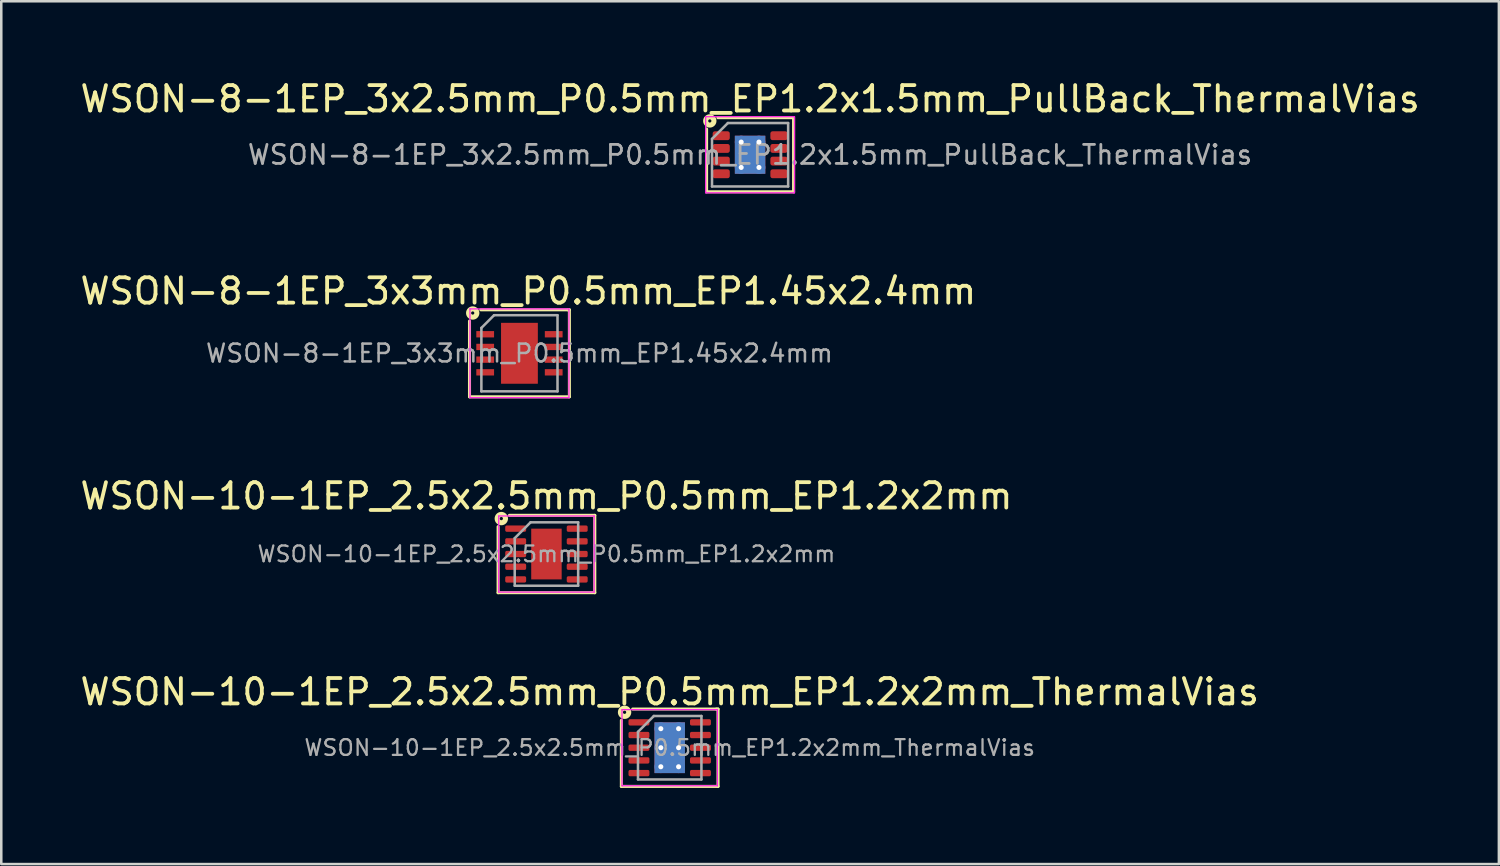
<source format=kicad_pcb>
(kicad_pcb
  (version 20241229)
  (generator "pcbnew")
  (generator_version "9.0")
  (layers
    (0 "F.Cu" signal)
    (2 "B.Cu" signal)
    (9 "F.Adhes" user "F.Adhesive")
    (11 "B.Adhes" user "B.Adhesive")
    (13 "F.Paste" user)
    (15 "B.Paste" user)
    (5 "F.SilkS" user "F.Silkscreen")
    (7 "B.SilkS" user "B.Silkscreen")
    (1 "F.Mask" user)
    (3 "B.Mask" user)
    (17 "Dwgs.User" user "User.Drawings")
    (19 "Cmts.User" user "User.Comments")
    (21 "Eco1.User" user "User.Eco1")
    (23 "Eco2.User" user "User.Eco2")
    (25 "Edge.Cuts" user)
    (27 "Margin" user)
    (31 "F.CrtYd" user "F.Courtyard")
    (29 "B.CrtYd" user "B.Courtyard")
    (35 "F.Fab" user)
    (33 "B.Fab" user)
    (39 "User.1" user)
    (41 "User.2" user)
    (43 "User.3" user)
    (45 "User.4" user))
  (footprint "WSON-10-1EP_2.5x2.5mm_P0.5mm_EP1.2x2mm_ThermalVias"
    (layer "F.Cu")
    (at 23.339 26.413)
    (property "Reference" "WSON-10-1EP_2.5x2.5mm_P0.5mm_EP1.2x2mm_ThermalVias" (at 0 -2.2 0) (layer "F.SilkS") (effects (font (size 1 1) (thickness 0.15))))
    (attr smd)
    (fp_line (start -1.905 1.524) (end -1.905 -1.079) (stroke (width 0.12) (type solid)) (layer "F.SilkS"))
    (fp_line (start -1.46 -1.524) (end 1.841 -1.524) (stroke (width 0.12) (type solid)) (layer "F.SilkS"))
    (fp_line (start 1.841 -1.524) (end 1.905 -1.524) (stroke (width 0.12) (type solid)) (layer "F.SilkS"))
    (fp_line (start 1.905 -1.524) (end 1.905 1.524) (stroke (width 0.12) (type solid)) (layer "F.SilkS"))
    (fp_line (start 1.905 1.524) (end -1.905 1.524) (stroke (width 0.12) (type solid)) (layer "F.SilkS"))
    (fp_circle (center -1.778 -1.397) (end -1.714 -1.397) (stroke (width 0.2) (type solid)) (fill no) (layer "F.SilkS"))
    (fp_line (start -1.88 -1.5) (end -1.88 1.5) (stroke (width 0.05) (type solid)) (layer "F.CrtYd"))
    (fp_line (start -1.88 1.5) (end 1.88 1.5) (stroke (width 0.05) (type solid)) (layer "F.CrtYd"))
    (fp_line (start 1.88 -1.5) (end -1.88 -1.5) (stroke (width 0.05) (type solid)) (layer "F.CrtYd"))
    (fp_line (start 1.88 1.5) (end 1.88 -1.5) (stroke (width 0.05) (type solid)) (layer "F.CrtYd"))
    (fp_line (start -1.25 -0.625) (end -0.625 -1.25) (stroke (width 0.1) (type solid)) (layer "F.Fab"))
    (fp_line (start -1.25 1.25) (end -1.25 -0.625) (stroke (width 0.1) (type solid)) (layer "F.Fab"))
    (fp_line (start -0.625 -1.25) (end 1.25 -1.25) (stroke (width 0.1) (type solid)) (layer "F.Fab"))
    (fp_line (start 1.25 -1.25) (end 1.25 1.25) (stroke (width 0.1) (type solid)) (layer "F.Fab"))
    (fp_line (start 1.25 1.25) (end -1.25 1.25) (stroke (width 0.1) (type solid)) (layer "F.Fab"))
    (fp_text user "${REFERENCE}" (at 0 0 0) (layer "F.Fab") (effects (font (size 0.62 0.62) (thickness 0.09))))
    (pad "" smd roundrect (at -0.3 -0.5) (size 0.52 0.87) (layers "F.Paste") (roundrect_rratio 0.25))
    (pad "" smd roundrect (at -0.3 0.5) (size 0.52 0.87) (layers "F.Paste") (roundrect_rratio 0.25))
    (pad "" smd roundrect (at 0.3 -0.5) (size 0.52 0.87) (layers "F.Paste") (roundrect_rratio 0.25))
    (pad "" smd roundrect (at 0.3 0.5) (size 0.52 0.87) (layers "F.Paste") (roundrect_rratio 0.25))
    (pad "1" smd roundrect (at -1.212 -1) (size 0.825 0.25) (layers "F.Cu" "F.Mask" "F.Paste") (roundrect_rratio 0.25))
    (pad "2" smd roundrect (at -1.212 -0.5) (size 0.825 0.25) (layers "F.Cu" "F.Mask" "F.Paste") (roundrect_rratio 0.25))
    (pad "3" smd roundrect (at -1.212 0) (size 0.825 0.25) (layers "F.Cu" "F.Mask" "F.Paste") (roundrect_rratio 0.25))
    (pad "4" smd roundrect (at -1.212 0.5) (size 0.825 0.25) (layers "F.Cu" "F.Mask" "F.Paste") (roundrect_rratio 0.25))
    (pad "5" smd roundrect (at -1.212 1) (size 0.825 0.25) (layers "F.Cu" "F.Mask" "F.Paste") (roundrect_rratio 0.25))
    (pad "6" smd roundrect (at 1.212 1) (size 0.825 0.25) (layers "F.Cu" "F.Mask" "F.Paste") (roundrect_rratio 0.25))
    (pad "7" smd roundrect (at 1.212 0.5) (size 0.825 0.25) (layers "F.Cu" "F.Mask" "F.Paste") (roundrect_rratio 0.25))
    (pad "8" smd roundrect (at 1.212 0) (size 0.825 0.25) (layers "F.Cu" "F.Mask" "F.Paste") (roundrect_rratio 0.25))
    (pad "9" smd roundrect (at 1.212 -0.5) (size 0.825 0.25) (layers "F.Cu" "F.Mask" "F.Paste") (roundrect_rratio 0.25))
    (pad "10" smd roundrect (at 1.212 -1) (size 0.825 0.25) (layers "F.Cu" "F.Mask" "F.Paste") (roundrect_rratio 0.25))
    (pad "11" thru_hole circle (at -0.35 -0.75) (size 0.5 0.5) (drill 0.2) (layers "*.Cu"))
    (pad "11" thru_hole circle (at -0.35 0) (size 0.5 0.5) (drill 0.2) (layers "*.Cu"))
    (pad "11" thru_hole circle (at -0.35 0.75) (size 0.5 0.5) (drill 0.2) (layers "*.Cu"))
    (pad "11" smd rect (at 0 0) (size 1.2 2) (layers "F.Cu" "F.Mask"))
    (pad "11" smd rect (at 0 0) (size 1.2 2) (layers "B.Cu" "B.Mask"))
    (pad "11" thru_hole circle (at 0.35 -0.75) (size 0.5 0.5) (drill 0.2) (layers "*.Cu"))
    (pad "11" thru_hole circle (at 0.35 0) (size 0.5 0.5) (drill 0.2) (layers "*.Cu"))
    (pad "11" thru_hole circle (at 0.35 0.75) (size 0.5 0.5) (drill 0.2) (layers "*.Cu")))
  (footprint "WSON-8-1EP_3x2.5mm_P0.5mm_EP1.2x1.5mm_PullBack_ThermalVias"
    (layer "F.Cu")
    (at 26.506 3.048)
    (property "Reference" "WSON-8-1EP_3x2.5mm_P0.5mm_EP1.2x1.5mm_PullBack_ThermalVias" (at 0 -2.2 0) (layer "F.SilkS") (effects (font (size 1 1) (thickness 0.15))))
    (attr smd)
    (fp_line (start -1.714 1.46) (end -1.714 -1.016) (stroke (width 0.12) (type solid)) (layer "F.SilkS"))
    (fp_line (start -1.27 -1.46) (end 1.714 -1.46) (stroke (width 0.12) (type solid)) (layer "F.SilkS"))
    (fp_line (start 1.714 -1.46) (end 1.714 1.46) (stroke (width 0.12) (type solid)) (layer "F.SilkS"))
    (fp_line (start 1.714 1.46) (end -1.714 1.46) (stroke (width 0.12) (type solid)) (layer "F.SilkS"))
    (fp_circle (center -1.587 -1.333) (end -1.524 -1.333) (stroke (width 0.2) (type solid)) (fill no) (layer "F.SilkS"))
    (fp_line (start -1.75 -1.5) (end -1.75 1.5) (stroke (width 0.05) (type solid)) (layer "F.CrtYd"))
    (fp_line (start -1.75 1.5) (end 1.75 1.5) (stroke (width 0.05) (type solid)) (layer "F.CrtYd"))
    (fp_line (start 1.75 -1.5) (end -1.75 -1.5) (stroke (width 0.05) (type solid)) (layer "F.CrtYd"))
    (fp_line (start 1.75 1.5) (end 1.75 -1.5) (stroke (width 0.05) (type solid)) (layer "F.CrtYd"))
    (fp_line (start -1.5 -0.625) (end -0.875 -1.25) (stroke (width 0.1) (type solid)) (layer "F.Fab"))
    (fp_line (start -1.5 1.25) (end -1.5 -0.625) (stroke (width 0.1) (type solid)) (layer "F.Fab"))
    (fp_line (start -0.875 -1.25) (end 1.5 -1.25) (stroke (width 0.1) (type solid)) (layer "F.Fab"))
    (fp_line (start 1.5 -1.25) (end 1.5 1.25) (stroke (width 0.1) (type solid)) (layer "F.Fab"))
    (fp_line (start 1.5 1.25) (end -1.5 1.25) (stroke (width 0.1) (type solid)) (layer "F.Fab"))
    (fp_text user "${REFERENCE}" (at 0 0 0) (layer "F.Fab") (effects (font (size 0.75 0.75) (thickness 0.11))))
    (pad "" smd roundrect (at -0.3 -0.375) (size 0.52 0.65) (layers "F.Paste") (roundrect_rratio 0.25))
    (pad "" smd roundrect (at -0.3 0.375) (size 0.52 0.65) (layers "F.Paste") (roundrect_rratio 0.25))
    (pad "" smd roundrect (at 0.3 -0.375) (size 0.52 0.65) (layers "F.Paste") (roundrect_rratio 0.25))
    (pad "" smd roundrect (at 0.3 0.375) (size 0.52 0.65) (layers "F.Paste") (roundrect_rratio 0.25))
    (pad "1" smd roundrect (at -1.137 -0.75) (size 0.675 0.35) (layers "F.Cu" "F.Mask" "F.Paste") (roundrect_rratio 0.25))
    (pad "2" smd roundrect (at -1.137 -0.25) (size 0.675 0.35) (layers "F.Cu" "F.Mask" "F.Paste") (roundrect_rratio 0.25))
    (pad "3" smd roundrect (at -1.137 0.25) (size 0.675 0.35) (layers "F.Cu" "F.Mask" "F.Paste") (roundrect_rratio 0.25))
    (pad "4" smd roundrect (at -1.137 0.75) (size 0.675 0.35) (layers "F.Cu" "F.Mask" "F.Paste") (roundrect_rratio 0.25))
    (pad "5" smd roundrect (at 1.137 0.75) (size 0.675 0.35) (layers "F.Cu" "F.Mask" "F.Paste") (roundrect_rratio 0.25))
    (pad "6" smd roundrect (at 1.137 0.25) (size 0.675 0.35) (layers "F.Cu" "F.Mask" "F.Paste") (roundrect_rratio 0.25))
    (pad "7" smd roundrect (at 1.137 -0.25) (size 0.675 0.35) (layers "F.Cu" "F.Mask" "F.Paste") (roundrect_rratio 0.25))
    (pad "8" smd roundrect (at 1.137 -0.75) (size 0.675 0.35) (layers "F.Cu" "F.Mask" "F.Paste") (roundrect_rratio 0.25))
    (pad "9" thru_hole circle (at -0.35 -0.5) (size 0.5 0.5) (drill 0.2) (layers "*.Cu"))
    (pad "9" thru_hole circle (at -0.35 0.5) (size 0.5 0.5) (drill 0.2) (layers "*.Cu"))
    (pad "9" smd rect (at 0 0) (size 1.2 1.5) (layers "F.Cu" "F.Mask"))
    (pad "9" smd rect (at 0 0) (size 1.2 1.5) (layers "B.Cu" "B.Mask"))
    (pad "9" thru_hole circle (at 0.35 -0.5) (size 0.5 0.5) (drill 0.2) (layers "*.Cu"))
    (pad "9" thru_hole circle (at 0.35 0.5) (size 0.5 0.5) (drill 0.2) (layers "*.Cu")))
  (footprint "WSON-10-1EP_2.5x2.5mm_P0.5mm_EP1.2x2mm"
    (layer "F.Cu")
    (at 18.482 18.781)
    (property "Reference" "WSON-10-1EP_2.5x2.5mm_P0.5mm_EP1.2x2mm" (at 0 -2.286 0) (layer "F.SilkS") (effects (font (size 1 1) (thickness 0.15))))
    (attr smd)
    (fp_line (start -1.905 1.524) (end -1.905 -1.079) (stroke (width 0.12) (type solid)) (layer "F.SilkS"))
    (fp_line (start -1.46 -1.524) (end 1.905 -1.524) (stroke (width 0.12) (type solid)) (layer "F.SilkS"))
    (fp_line (start 1.905 -1.524) (end 1.905 1.524) (stroke (width 0.12) (type solid)) (layer "F.SilkS"))
    (fp_line (start 1.905 1.524) (end -1.905 1.524) (stroke (width 0.12) (type solid)) (layer "F.SilkS"))
    (fp_circle (center -1.778 -1.397) (end -1.714 -1.397) (stroke (width 0.2) (type solid)) (fill no) (layer "F.SilkS"))
    (fp_line (start -1.88 -1.5) (end -1.88 1.5) (stroke (width 0.05) (type solid)) (layer "F.CrtYd"))
    (fp_line (start -1.88 1.5) (end 1.88 1.5) (stroke (width 0.05) (type solid)) (layer "F.CrtYd"))
    (fp_line (start 1.88 -1.5) (end -1.88 -1.5) (stroke (width 0.05) (type solid)) (layer "F.CrtYd"))
    (fp_line (start 1.88 1.5) (end 1.88 -1.5) (stroke (width 0.05) (type solid)) (layer "F.CrtYd"))
    (fp_line (start -1.25 -0.625) (end -0.625 -1.25) (stroke (width 0.1) (type solid)) (layer "F.Fab"))
    (fp_line (start -1.25 1.25) (end -1.25 -0.625) (stroke (width 0.1) (type solid)) (layer "F.Fab"))
    (fp_line (start -0.625 -1.25) (end 1.25 -1.25) (stroke (width 0.1) (type solid)) (layer "F.Fab"))
    (fp_line (start 1.25 -1.25) (end 1.25 1.25) (stroke (width 0.1) (type solid)) (layer "F.Fab"))
    (fp_line (start 1.25 1.25) (end -1.25 1.25) (stroke (width 0.1) (type solid)) (layer "F.Fab"))
    (fp_text user "${REFERENCE}" (at 0 0 0) (layer "F.Fab") (effects (font (size 0.62 0.62) (thickness 0.09))))
    (pad "" smd roundrect (at -0.3 -0.5) (size 0.48 0.81) (layers "F.Paste") (roundrect_rratio 0.25))
    (pad "" smd roundrect (at -0.3 0.5) (size 0.48 0.81) (layers "F.Paste") (roundrect_rratio 0.25))
    (pad "" smd roundrect (at 0.3 -0.5) (size 0.48 0.81) (layers "F.Paste") (roundrect_rratio 0.25))
    (pad "" smd roundrect (at 0.3 0.5) (size 0.48 0.81) (layers "F.Paste") (roundrect_rratio 0.25))
    (pad "1" smd roundrect (at -1.212 -1) (size 0.825 0.25) (layers "F.Cu" "F.Mask" "F.Paste") (roundrect_rratio 0.25))
    (pad "2" smd roundrect (at -1.212 -0.5) (size 0.825 0.25) (layers "F.Cu" "F.Mask" "F.Paste") (roundrect_rratio 0.25))
    (pad "3" smd roundrect (at -1.212 0) (size 0.825 0.25) (layers "F.Cu" "F.Mask" "F.Paste") (roundrect_rratio 0.25))
    (pad "4" smd roundrect (at -1.212 0.5) (size 0.825 0.25) (layers "F.Cu" "F.Mask" "F.Paste") (roundrect_rratio 0.25))
    (pad "5" smd roundrect (at -1.212 1) (size 0.825 0.25) (layers "F.Cu" "F.Mask" "F.Paste") (roundrect_rratio 0.25))
    (pad "6" smd roundrect (at 1.212 1) (size 0.825 0.25) (layers "F.Cu" "F.Mask" "F.Paste") (roundrect_rratio 0.25))
    (pad "7" smd roundrect (at 1.212 0.5) (size 0.825 0.25) (layers "F.Cu" "F.Mask" "F.Paste") (roundrect_rratio 0.25))
    (pad "8" smd roundrect (at 1.212 0) (size 0.825 0.25) (layers "F.Cu" "F.Mask" "F.Paste") (roundrect_rratio 0.25))
    (pad "9" smd roundrect (at 1.212 -0.5) (size 0.825 0.25) (layers "F.Cu" "F.Mask" "F.Paste") (roundrect_rratio 0.25))
    (pad "10" smd roundrect (at 1.212 -1) (size 0.825 0.25) (layers "F.Cu" "F.Mask" "F.Paste") (roundrect_rratio 0.25))
    (pad "11" smd rect (at 0 0) (size 1.2 2) (layers "F.Cu" "F.Mask")))
  (footprint "WSON-8-1EP_3x3mm_P0.5mm_EP1.45x2.4mm"
    (layer "F.Cu")
    (at 17.418 10.871)
    (property "Reference" "WSON-8-1EP_3x3mm_P0.5mm_EP1.45x2.4mm" (at 0.35 -2.45 0) (layer "F.SilkS") (effects (font (size 1 1) (thickness 0.15))))
    (attr smd)
    (fp_line (start -1.968 1.714) (end -1.968 -1.27) (stroke (width 0.12) (type solid)) (layer "F.SilkS"))
    (fp_line (start -1.524 -1.714) (end 1.905 -1.714) (stroke (width 0.12) (type solid)) (layer "F.SilkS"))
    (fp_line (start 1.905 -1.714) (end 1.968 -1.714) (stroke (width 0.12) (type solid)) (layer "F.SilkS"))
    (fp_line (start 1.968 -1.714) (end 1.968 1.714) (stroke (width 0.12) (type solid)) (layer "F.SilkS"))
    (fp_line (start 1.968 1.714) (end -1.968 1.714) (stroke (width 0.12) (type solid)) (layer "F.SilkS"))
    (fp_circle (center -1.841 -1.587) (end -1.778 -1.587) (stroke (width 0.2) (type solid)) (fill no) (layer "F.SilkS"))
    (fp_line (start -1.95 -1.75) (end -1.95 1.75) (stroke (width 0.05) (type solid)) (layer "F.CrtYd"))
    (fp_line (start -1.95 -1.75) (end 1.95 -1.75) (stroke (width 0.05) (type solid)) (layer "F.CrtYd"))
    (fp_line (start -1.95 1.75) (end 1.95 1.75) (stroke (width 0.05) (type solid)) (layer "F.CrtYd"))
    (fp_line (start 1.95 -1.75) (end 1.95 1.75) (stroke (width 0.05) (type solid)) (layer "F.CrtYd"))
    (fp_line (start -1.5 1.5) (end -1.5 -1) (stroke (width 0.1) (type solid)) (layer "F.Fab"))
    (fp_line (start -1 -1.5) (end -1.5 -1) (stroke (width 0.1) (type solid)) (layer "F.Fab"))
    (fp_line (start -1 -1.5) (end 1.5 -1.5) (stroke (width 0.1) (type solid)) (layer "F.Fab"))
    (fp_line (start 1.5 -1.5) (end 1.5 1.5) (stroke (width 0.1) (type solid)) (layer "F.Fab"))
    (fp_line (start 1.5 1.5) (end -1.5 1.5) (stroke (width 0.1) (type solid)) (layer "F.Fab"))
    (fp_text user "${REFERENCE}" (at 0 0 0) (layer "F.Fab") (effects (font (size 0.7 0.7) (thickness 0.1))))
    (pad "" smd rect (at 0 -0.6) (size 1.45 1.07) (layers "F.Paste"))
    (pad "" smd rect (at 0 0.6) (size 1.45 1.07) (layers "F.Paste"))
    (pad "1" smd rect (at -1.35 -0.75) (size 0.7 0.25) (layers "F.Cu" "F.Mask" "F.Paste"))
    (pad "2" smd rect (at -1.35 -0.25) (size 0.7 0.25) (layers "F.Cu" "F.Mask" "F.Paste"))
    (pad "3" smd rect (at -1.35 0.25) (size 0.7 0.25) (layers "F.Cu" "F.Mask" "F.Paste"))
    (pad "4" smd rect (at -1.35 0.75) (size 0.7 0.25) (layers "F.Cu" "F.Mask" "F.Paste"))
    (pad "5" smd rect (at 1.35 0.75) (size 0.7 0.25) (layers "F.Cu" "F.Mask" "F.Paste"))
    (pad "6" smd rect (at 1.35 0.25) (size 0.7 0.25) (layers "F.Cu" "F.Mask" "F.Paste"))
    (pad "7" smd rect (at 1.35 -0.25) (size 0.7 0.25) (layers "F.Cu" "F.Mask" "F.Paste"))
    (pad "8" smd rect (at 1.35 -0.75) (size 0.7 0.25) (layers "F.Cu" "F.Mask" "F.Paste"))
    (pad "9" smd rect (at 0 0) (size 1.45 2.4) (layers "F.Cu" "F.Mask")))
  (gr_rect
    (start -3 -3)
    (end 56.012 30.997)
    (stroke (width 0.1) (type default))
    (fill no)
    (layer "Edge.Cuts")))
</source>
